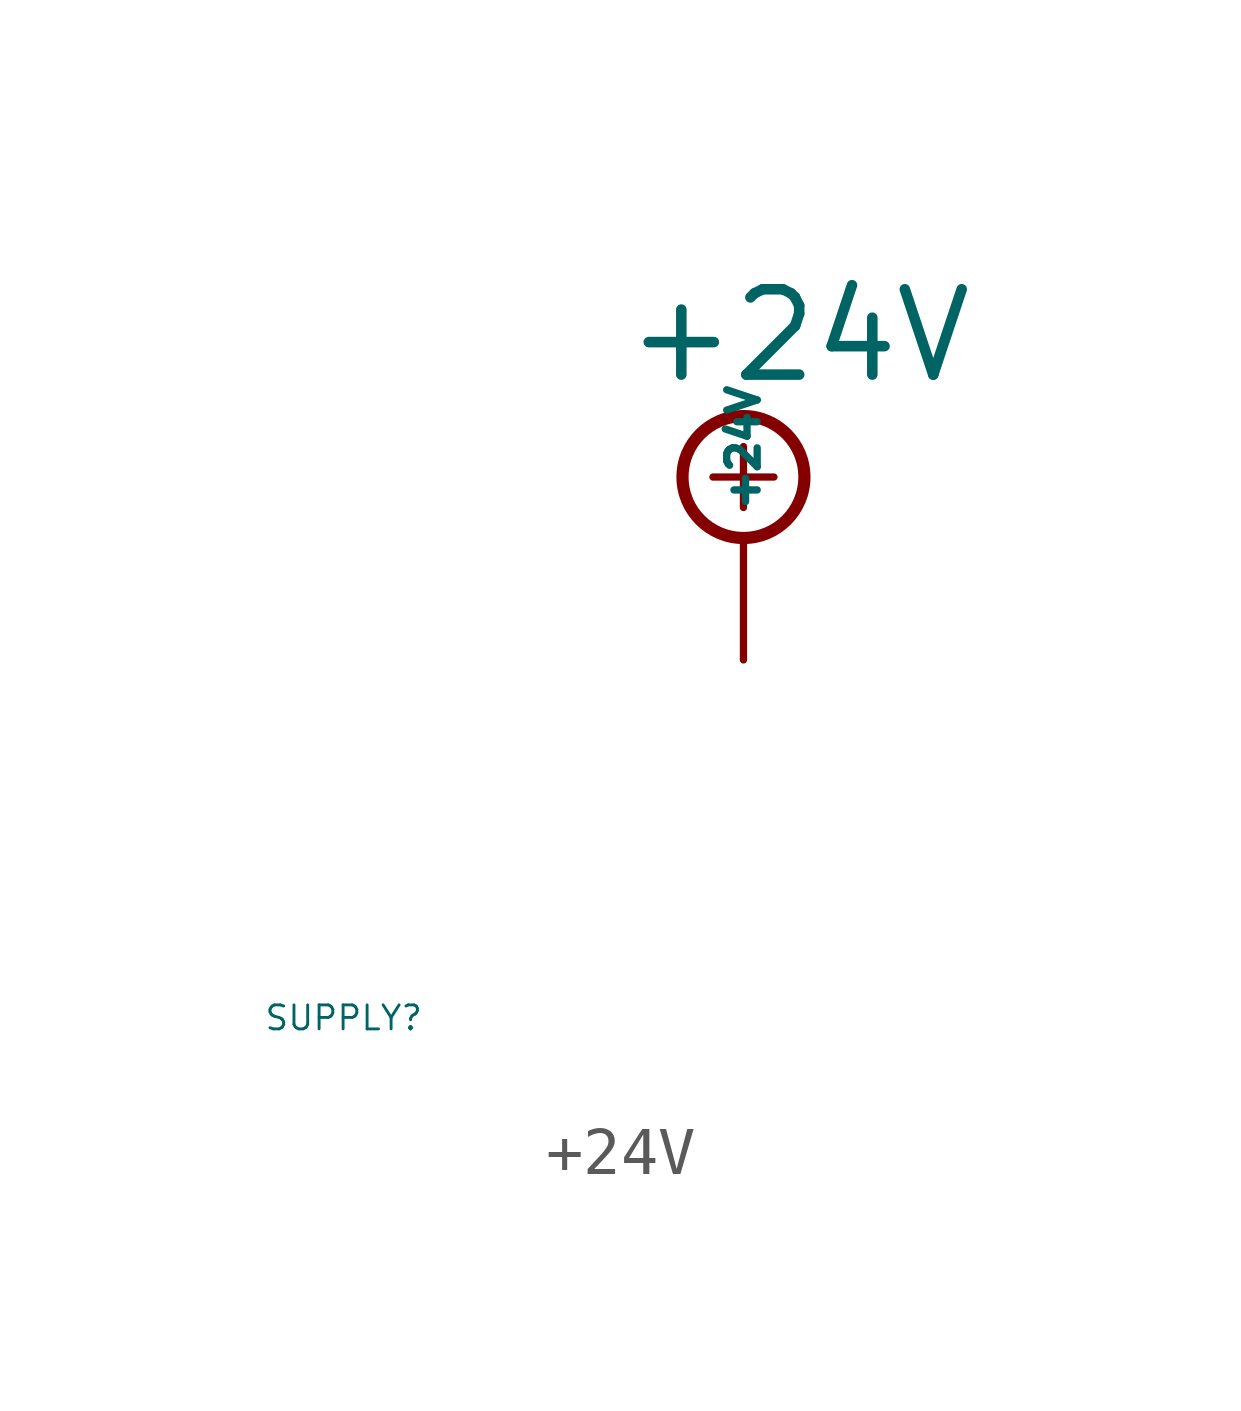
<source format=kicad_sym>
(kicad_symbol_lib
  (version 20220914)
  (generator Eagle2Kicad)
  (symbol "+24V"
    (property "Reference" "SUPPLY"
      (at -10 -10 0)
      (effects (font (size 0.5 0.5) (thickness 0.06)) (justify left)))
    (property "Value" "+24V"
      (at -2.54 3.175 0)
      (effects (font (size 1.778 1.778) (thickness 0.22)) (justify left bottom)))
    (polyline
      (pts (xy -0.635 1.27) (xy 0.635 1.27))
      (stroke (width 0.152) (type default))
      (fill (type none)))
    (polyline
      (pts (xy 0 0.635) (xy 0 1.905))
      (stroke (width 0.152) (type default))
      (fill (type none)))
    (circle
      (center 0 1.27)
      (radius 1.27)
      (stroke (width 0.254) (type default))
      (fill (type none)))
    (pin unspecified line
      (at 0 -2.54 90)
      (length 2.54)
      (name "+24V" (effects (font (size 0.635 0.635) (thickness 0.08)) (justify left bottom)))
      (number "" (effects (font (size 0.635 0.635) (thickness 0.08)) (justify left bottom))))))
</source>
